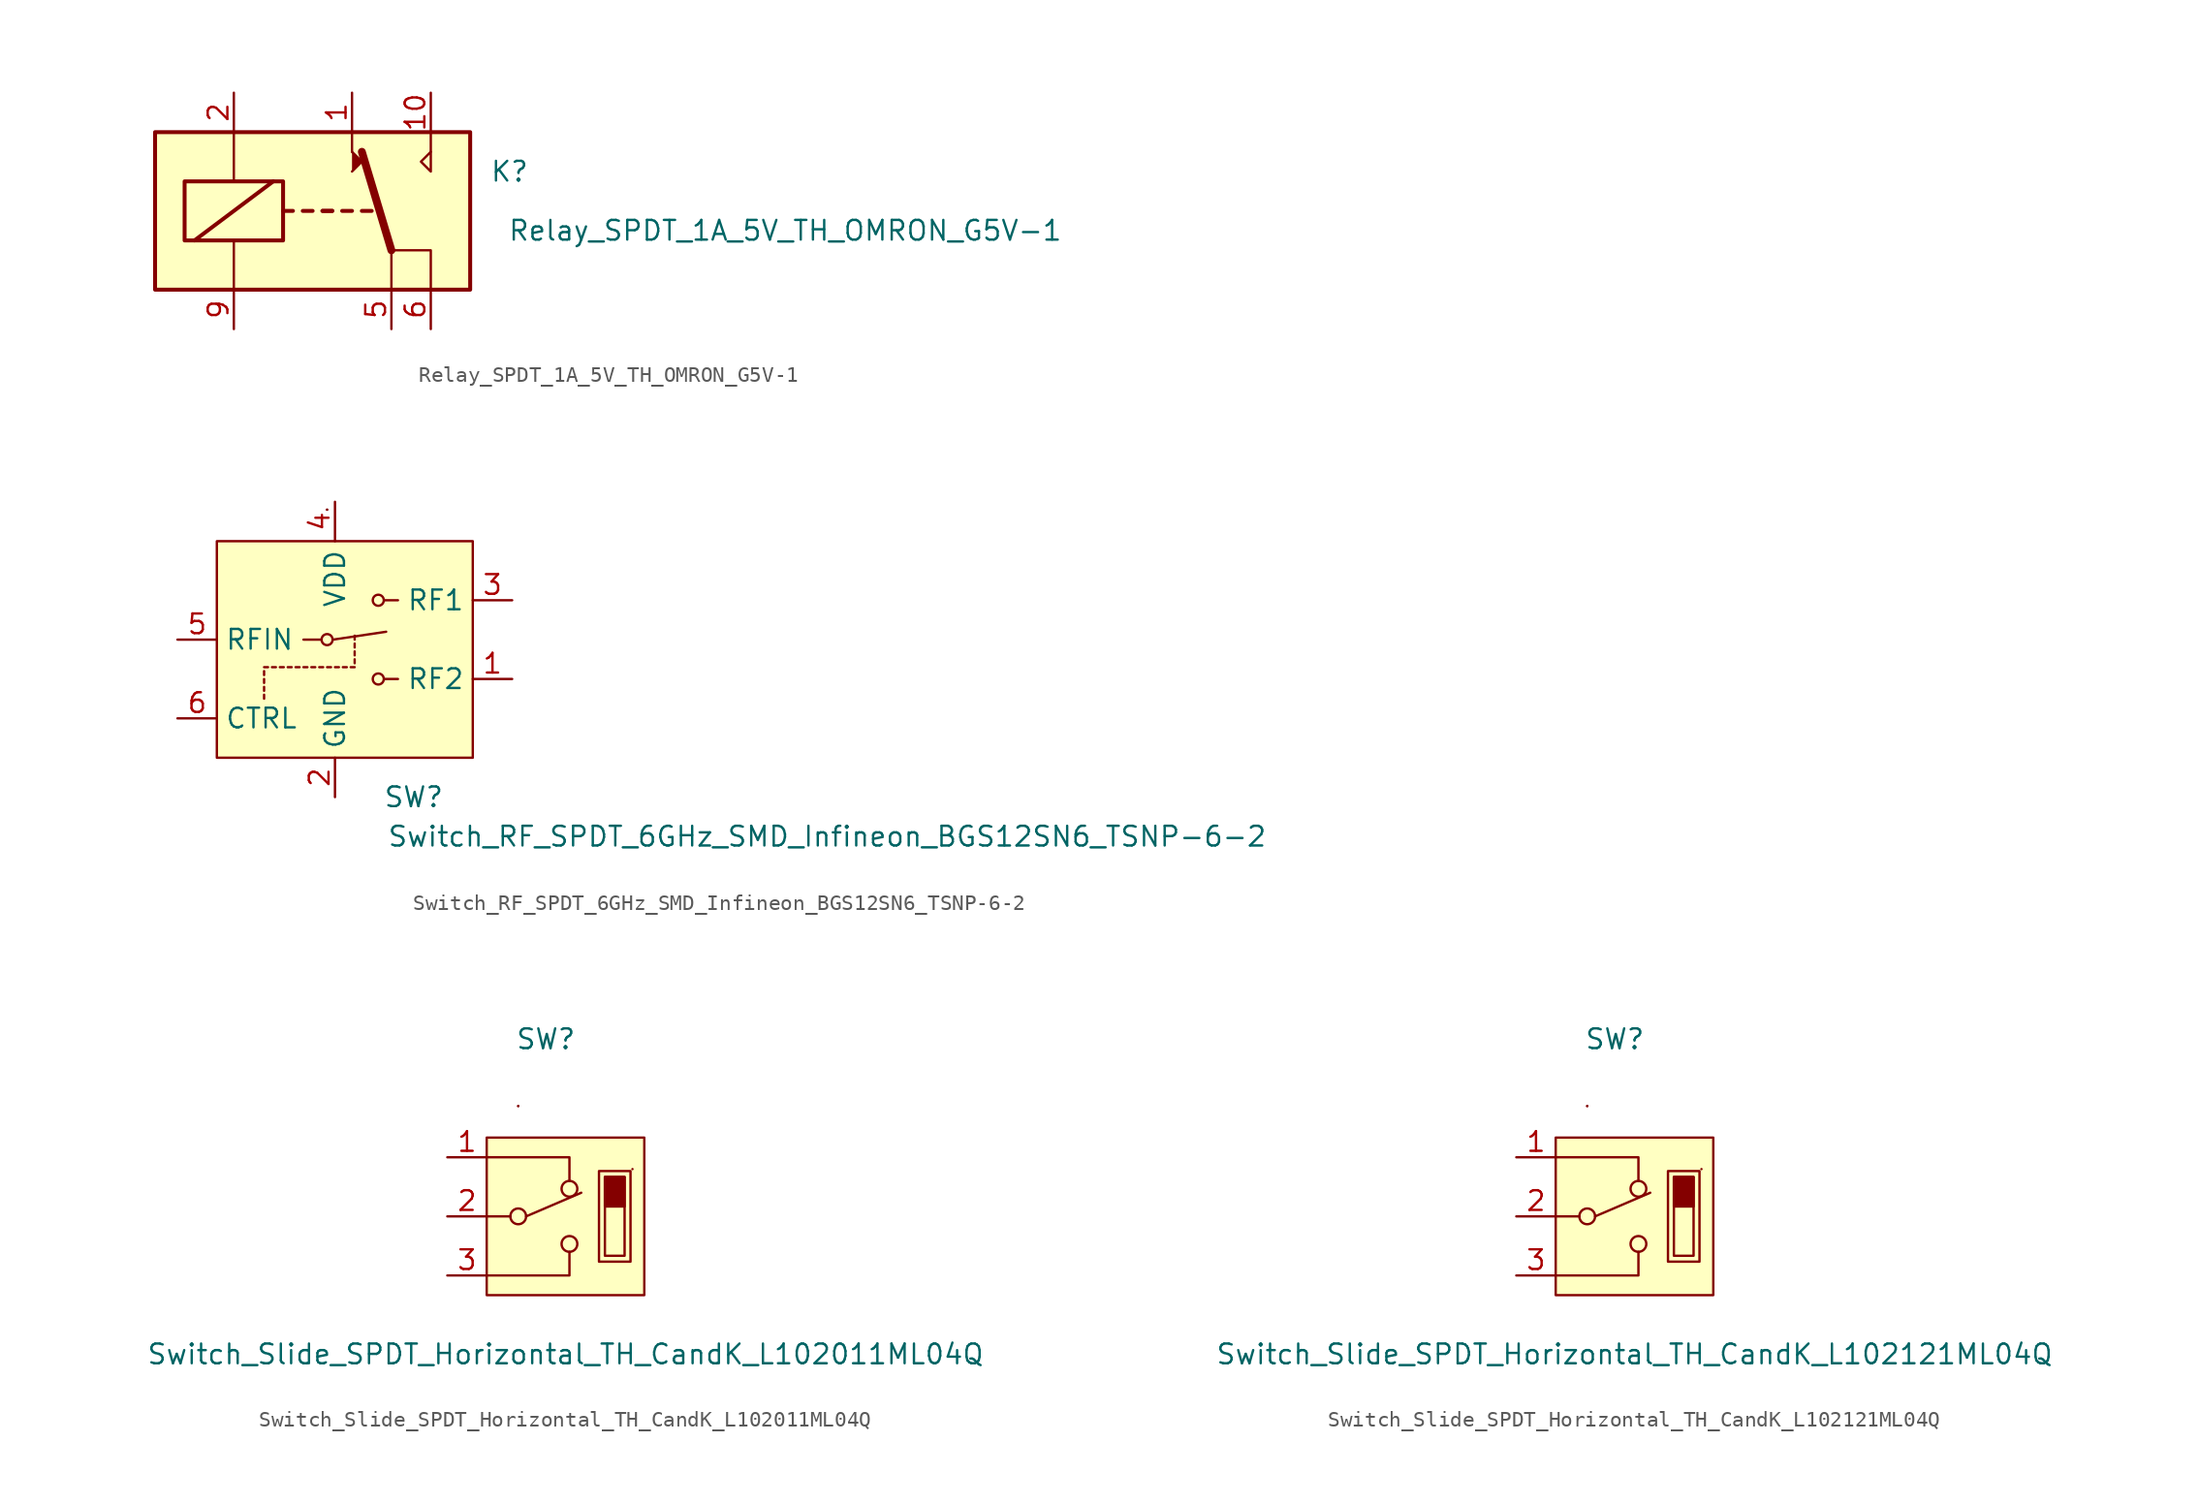
<source format=kicad_sym>
(kicad_symbol_lib
  (version 20231120)
  (generator "kicad_symbol_editor")
  (generator_version "8.0")
  (symbol "Relay_SPDT_1A_5V_TH_OMRON_G5V-1"
    (pin_names
      (offset 1.27) hide)
    (property "Reference" "K"
      (at 12.7 2.54 0)
      (effects (font (size 1.27 1.27))))
    (property "Value" "Relay_SPDT_1A_5V_TH_OMRON_G5V-1"
      (at 30.48 -1.27 0)
      (effects (font (size 1.27 1.27))))
    (symbol "Relay_SPDT_1A_5V_TH_OMRON_G5V-1_0_1"
      (polyline (pts (xy 5.08 -2.54) (xy 7.62 -2.54) (xy 7.62 -5.08)) (stroke (width 0) (type default)) (fill (type none))))
    (symbol "Relay_SPDT_1A_5V_TH_OMRON_G5V-1_1_1"
      (rectangle (start -10.16 5.08) (end 10.16 -5.08) (stroke (width 0.254) (type default)) (fill (type background)))
      (rectangle (start -8.255 1.905) (end -1.905 -1.905) (stroke (width 0.254) (type default)) (fill (type none)))
      (polyline (pts (xy -7.62 -1.905) (xy -2.54 1.905)) (stroke (width 0.254) (type default)) (fill (type none)))
      (polyline (pts (xy -5.08 -5.08) (xy -5.08 -1.905)) (stroke (width 0) (type default)) (fill (type none)))
      (polyline (pts (xy -5.08 5.08) (xy -5.08 1.905)) (stroke (width 0) (type default)) (fill (type none)))
      (polyline (pts (xy -1.905 0) (xy -1.27 0)) (stroke (width 0.254) (type default)) (fill (type none)))
      (polyline (pts (xy -0.635 0) (xy 0 0)) (stroke (width 0.254) (type default)) (fill (type none)))
      (polyline (pts (xy 0.635 0) (xy 1.27 0)) (stroke (width 0.254) (type default)) (fill (type none)))
      (polyline (pts (xy 0.635 0) (xy 1.27 0)) (stroke (width 0.254) (type default)) (fill (type none)))
      (polyline (pts (xy 1.905 0) (xy 2.54 0)) (stroke (width 0.254) (type default)) (fill (type none)))
      (polyline (pts (xy 2.54 3.81) (xy 2.54 5.08)) (stroke (width 0) (type default)) (fill (type none)))
      (polyline (pts (xy 3.175 0) (xy 3.81 0)) (stroke (width 0.254) (type default)) (fill (type none)))
      (polyline (pts (xy 5.08 -2.54) (xy 3.175 3.81)) (stroke (width 0.508) (type default)) (fill (type none)))
      (polyline (pts (xy 5.08 -2.54) (xy 5.08 -5.08)) (stroke (width 0) (type default)) (fill (type none)))
      (polyline (pts (xy 7.62 3.81) (xy 7.62 5.08)) (stroke (width 0) (type default)) (fill (type none)))
      (polyline (pts (xy 2.54 2.54) (xy 3.175 3.175) (xy 2.54 3.81)) (stroke (width 0) (type default)) (fill (type outline)))
      (polyline (pts (xy 7.62 3.81) (xy 7.62 2.54) (xy 6.985 3.175) (xy 7.62 3.81)) (stroke (width 0) (type default)) (fill (type none)))
      (pin passive line (at 2.54 7.62 270) (length 2.54) (name "~" (effects (font (size 1.27 1.27)))) (number "1" (effects (font (size 1.27 1.27)))))
      (pin passive line (at 7.62 7.62 270) (length 2.54) (name "~" (effects (font (size 1.27 1.27)))) (number "10" (effects (font (size 1.27 1.27)))))
      (pin passive line (at -5.08 7.62 270) (length 2.54) (name "~" (effects (font (size 1.27 1.27)))) (number "2" (effects (font (size 1.27 1.27)))))
      (pin passive line (at 5.08 -7.62 90) (length 2.54) (name "~" (effects (font (size 1.27 1.27)))) (number "5" (effects (font (size 1.27 1.27)))))
      (pin passive line (at 7.62 -7.62 90) (length 2.54) (name "~" (effects (font (size 1.27 1.27)))) (number "6" (effects (font (size 1.27 1.27)))))
      (pin passive line (at -5.08 -7.62 90) (length 2.54) (name "~" (effects (font (size 1.27 1.27)))) (number "9" (effects (font (size 1.27 1.27)))))))
  (symbol "Switch_RF_SPDT_6GHz_SMD_Infineon_BGS12SN6_TSNP-6-2"
    (property "Reference" "SW"
      (at 5.08 -10.16 0)
      (effects (font (size 1.27 1.27))))
    (property "Value" "Switch_RF_SPDT_6GHz_SMD_Infineon_BGS12SN6_TSNP-6-2"
      (at 31.75 -12.7 0)
      (effects (font (size 1.27 1.27))))
    (symbol "Switch_RF_SPDT_6GHz_SMD_Infineon_BGS12SN6_TSNP-6-2_0_1"
      (polyline (pts (xy -4.572 -3.81) (xy -4.572 -3.556)) (stroke (width 0) (type default)) (fill (type none)))
      (polyline (pts (xy -4.572 -3.302) (xy -4.572 -3.048)) (stroke (width 0) (type default)) (fill (type none)))
      (polyline (pts (xy -4.572 -2.286) (xy -4.572 -2.032)) (stroke (width 0) (type default)) (fill (type none)))
      (polyline (pts (xy -4.572 -1.778) (xy -4.318 -1.778)) (stroke (width 0) (type default)) (fill (type none)))
      (polyline (pts (xy -0.889 0) (xy -2.032 0)) (stroke (width 0) (type default)) (fill (type none)))
      (polyline (pts (xy 3.175 -2.54) (xy 4.064 -2.54)) (stroke (width 0) (type default)) (fill (type none)))
      (polyline (pts (xy 3.175 2.54) (xy 4.064 2.54)) (stroke (width 0) (type default)) (fill (type none)))
      (circle (center 2.794 2.54) (radius 0.356) (stroke (width 0) (type default)) (fill (type none))))
    (symbol "Switch_RF_SPDT_6GHz_SMD_Infineon_BGS12SN6_TSNP-6-2_1_1"
      (rectangle (start -7.62 -7.62) (end 8.89 6.35) (stroke (width 0) (type default)) (fill (type background)))
      (circle (center -0.508 0) (radius 0.356) (stroke (width 0) (type default)) (fill (type none)))
      (rectangle (start -0.508 8.382) (end -0.508 8.382) (stroke (width 0) (type default)) (fill (type none)))
      (rectangle (start -0.508 8.382) (end -0.508 8.382) (stroke (width 0) (type default)) (fill (type none)))
      (polyline (pts (xy -4.572 -2.794) (xy -4.572 -2.54)) (stroke (width 0) (type default)) (fill (type none)))
      (polyline (pts (xy -3.81 -1.778) (xy -4.064 -1.778)) (stroke (width 0) (type default)) (fill (type none)))
      (polyline (pts (xy -3.302 -1.778) (xy -3.556 -1.778)) (stroke (width 0) (type default)) (fill (type none)))
      (polyline (pts (xy -2.794 -1.778) (xy -3.048 -1.778)) (stroke (width 0) (type default)) (fill (type none)))
      (polyline (pts (xy -2.286 -1.778) (xy -2.54 -1.778)) (stroke (width 0) (type default)) (fill (type none)))
      (polyline (pts (xy -1.778 -1.778) (xy -2.032 -1.778)) (stroke (width 0) (type default)) (fill (type none)))
      (polyline (pts (xy -1.27 -1.778) (xy -1.524 -1.778)) (stroke (width 0) (type default)) (fill (type none)))
      (polyline (pts (xy -0.762 -1.778) (xy -1.016 -1.778)) (stroke (width 0) (type default)) (fill (type none)))
      (polyline (pts (xy -0.254 -1.778) (xy -0.508 -1.778)) (stroke (width 0) (type default)) (fill (type none)))
      (polyline (pts (xy -0.127 0) (xy 3.302 0.508)) (stroke (width 0) (type default)) (fill (type none)))
      (polyline (pts (xy 0.254 -1.778) (xy 0 -1.778)) (stroke (width 0) (type default)) (fill (type none)))
      (polyline (pts (xy 0.762 -1.778) (xy 0.508 -1.778)) (stroke (width 0) (type default)) (fill (type none)))
      (polyline (pts (xy 1.27 -1.778) (xy 1.016 -1.778)) (stroke (width 0) (type default)) (fill (type none)))
      (polyline (pts (xy 1.27 -1.27) (xy 1.27 -1.524)) (stroke (width 0) (type default)) (fill (type none)))
      (polyline (pts (xy 1.27 -0.762) (xy 1.27 -1.016)) (stroke (width 0) (type default)) (fill (type none)))
      (polyline (pts (xy 1.27 -0.254) (xy 1.27 -0.508)) (stroke (width 0) (type default)) (fill (type none)))
      (polyline (pts (xy 1.27 0.254) (xy 1.27 0)) (stroke (width 0) (type default)) (fill (type none)))
      (circle (center 2.794 -2.54) (radius 0.356) (stroke (width 0) (type default)) (fill (type none)))
      (pin bidirectional line (at 11.43 -2.54 180) (length 2.54) (name "RF2" (effects (font (size 1.27 1.27)))) (number "1" (effects (font (size 1.27 1.27)))))
      (pin power_in line (at 0 -10.16 90) (length 2.54) (name "GND" (effects (font (size 1.27 1.27)))) (number "2" (effects (font (size 1.27 1.27)))))
      (pin bidirectional line (at 11.43 2.54 180) (length 2.54) (name "RF1" (effects (font (size 1.27 1.27)))) (number "3" (effects (font (size 1.27 1.27)))))
      (pin power_in line (at 0 8.89 270) (length 2.54) (name "VDD" (effects (font (size 1.27 1.27)))) (number "4" (effects (font (size 1.27 1.27)))))
      (pin bidirectional line (at -10.16 0 0) (length 2.54) (name "RFIN" (effects (font (size 1.27 1.27)))) (number "5" (effects (font (size 1.27 1.27)))))
      (pin input line (at -10.16 -5.08 0) (length 2.54) (name "CTRL" (effects (font (size 1.27 1.27)))) (number "6" (effects (font (size 1.27 1.27)))))))
  (symbol "Switch_Slide_SPDT_Horizontal_TH_CandK_L102011ML04Q"
    (pin_names
      (offset 1.27) hide)
    (property "Reference" "SW"
      (at -1.27 11.43 0)
      (effects (font (size 1.27 1.27))))
    (property "Value" "Switch_Slide_SPDT_Horizontal_TH_CandK_L102011ML04Q"
      (at 0 -8.89 0)
      (effects (font (size 1.27 1.27))))
    (symbol "Switch_Slide_SPDT_Horizontal_TH_CandK_L102011ML04Q_0_1"
      (rectangle (start -5.08 -5.08) (end 5.08 5.08) (stroke (width 0) (type default)) (fill (type background)))
      (rectangle (start -3.048 7.112) (end -3.048 7.112) (stroke (width 0) (type default)) (fill (type none)))
      (rectangle (start -3.048 7.112) (end -3.048 7.112) (stroke (width 0) (type default)) (fill (type none)))
      (polyline (pts (xy -3.556 0) (xy -5.08 0)) (stroke (width 0) (type default)) (fill (type none)))
      (polyline (pts (xy -5.08 -3.81) (xy 0.254 -3.81) (xy 0.254 -2.286)) (stroke (width 0) (type default)) (fill (type none)))
      (polyline (pts (xy 0.254 2.286) (xy 0.254 3.81) (xy -5.08 3.81)) (stroke (width 0) (type default)) (fill (type none)))
      (rectangle (start 2.54 2.54) (end 3.81 -2.54) (stroke (width 0) (type default)) (fill (type none)))
      (rectangle (start 2.54 2.54) (end 3.81 0.635) (stroke (width 0) (type default)) (fill (type outline)))
      (rectangle (start 4.191 2.921) (end 2.159 -2.921) (stroke (width 0) (type default)) (fill (type none)))
      (rectangle (start 4.318 3.048) (end 4.318 3.048) (stroke (width 0) (type default)) (fill (type none))))
    (symbol "Switch_Slide_SPDT_Horizontal_TH_CandK_L102011ML04Q_1_1"
      (circle (center -3.048 0) (radius 0.508) (stroke (width 0) (type default)) (fill (type none)))
      (polyline (pts (xy -2.54 0) (xy 1.016 1.524)) (stroke (width 0) (type default)) (fill (type none)))
      (circle (center 0.254 -1.778) (radius 0.508) (stroke (width 0) (type default)) (fill (type none)))
      (circle (center 0.254 1.778) (radius 0.508) (stroke (width 0) (type default)) (fill (type none)))
      (pin passive line (at -7.62 3.81 0) (length 2.54) (name "~" (effects (font (size 1.27 1.27)))) (number "1" (effects (font (size 1.27 1.27)))))
      (pin passive line (at -7.62 0 0) (length 2.54) (name "~" (effects (font (size 1.27 1.27)))) (number "2" (effects (font (size 1.27 1.27)))))
      (pin passive line (at -7.62 -3.81 0) (length 2.54) (name "~" (effects (font (size 1.27 1.27)))) (number "3" (effects (font (size 1.27 1.27)))))))
  (symbol "Switch_Slide_SPDT_Horizontal_TH_CandK_L102121ML04Q"
    (pin_names
      (offset 1.27) hide)
    (property "Reference" "SW"
      (at -1.27 11.43 0)
      (effects (font (size 1.27 1.27))))
    (property "Value" "Switch_Slide_SPDT_Horizontal_TH_CandK_L102121ML04Q"
      (at 0 -8.89 0)
      (effects (font (size 1.27 1.27))))
    (symbol "Switch_Slide_SPDT_Horizontal_TH_CandK_L102121ML04Q_0_1"
      (rectangle (start -5.08 -5.08) (end 5.08 5.08) (stroke (width 0) (type default)) (fill (type background)))
      (rectangle (start -3.048 7.112) (end -3.048 7.112) (stroke (width 0) (type default)) (fill (type none)))
      (rectangle (start -3.048 7.112) (end -3.048 7.112) (stroke (width 0) (type default)) (fill (type none)))
      (polyline (pts (xy -3.556 0) (xy -5.08 0)) (stroke (width 0) (type default)) (fill (type none)))
      (polyline (pts (xy -5.08 -3.81) (xy 0.254 -3.81) (xy 0.254 -2.286)) (stroke (width 0) (type default)) (fill (type none)))
      (polyline (pts (xy 0.254 2.286) (xy 0.254 3.81) (xy -5.08 3.81)) (stroke (width 0) (type default)) (fill (type none)))
      (rectangle (start 2.54 2.54) (end 3.81 -2.54) (stroke (width 0) (type default)) (fill (type none)))
      (rectangle (start 2.54 2.54) (end 3.81 0.635) (stroke (width 0) (type default)) (fill (type outline)))
      (rectangle (start 4.191 2.921) (end 2.159 -2.921) (stroke (width 0) (type default)) (fill (type none)))
      (rectangle (start 4.318 3.048) (end 4.318 3.048) (stroke (width 0) (type default)) (fill (type none))))
    (symbol "Switch_Slide_SPDT_Horizontal_TH_CandK_L102121ML04Q_1_1"
      (circle (center -3.048 0) (radius 0.508) (stroke (width 0) (type default)) (fill (type none)))
      (polyline (pts (xy -2.54 0) (xy 1.016 1.524)) (stroke (width 0) (type default)) (fill (type none)))
      (circle (center 0.254 -1.778) (radius 0.508) (stroke (width 0) (type default)) (fill (type none)))
      (circle (center 0.254 1.778) (radius 0.508) (stroke (width 0) (type default)) (fill (type none)))
      (pin passive line (at -7.62 3.81 0) (length 2.54) (name "~" (effects (font (size 1.27 1.27)))) (number "1" (effects (font (size 1.27 1.27)))))
      (pin passive line (at -7.62 0 0) (length 2.54) (name "~" (effects (font (size 1.27 1.27)))) (number "2" (effects (font (size 1.27 1.27)))))
      (pin passive line (at -7.62 -3.81 0) (length 2.54) (name "~" (effects (font (size 1.27 1.27)))) (number "3" (effects (font (size 1.27 1.27))))))))
</source>
